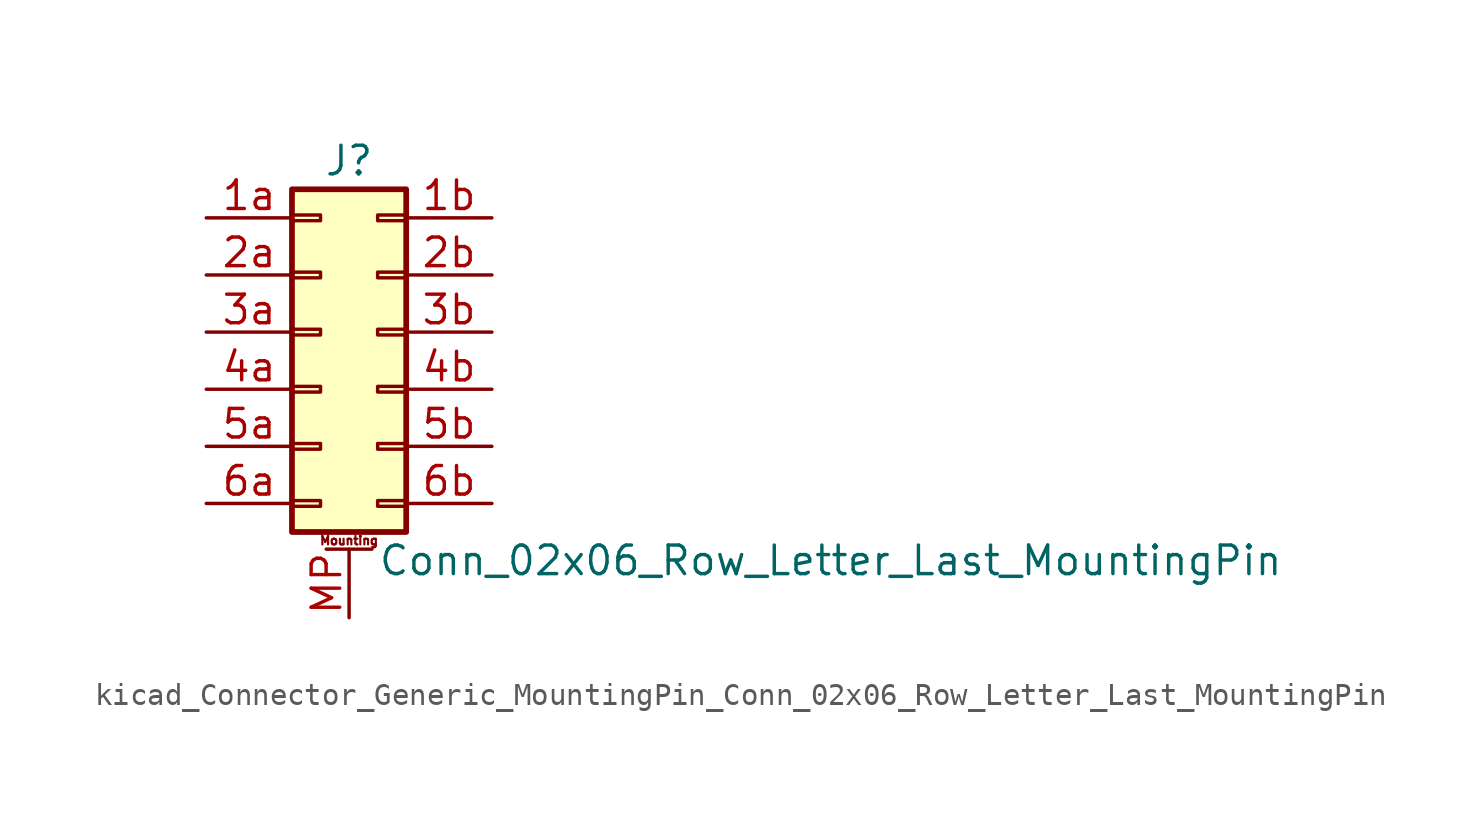
<source format=kicad_sym>
(kicad_symbol_lib
  (version 20220914)
  (generator kicad_symbol_editor)
  (symbol "kicad_Connector_Generic_MountingPin_Conn_02x06_Row_Letter_Last_MountingPin"
    (pin_names
      (offset 1.016) hide)
    (property "Reference" "J"
      (at 1.27 7.62 0)
      (effects (font (size 1.27 1.27))))
    (property "Value" "Conn_02x06_Row_Letter_Last_MountingPin"
      (at 2.54 -10.16 0)
      (effects (font (size 1.27 1.27)) (justify left)))
    (symbol "kicad_Connector_Generic_MountingPin_Conn_02x06_Row_Letter_Last_MountingPin_1_1"
      (rectangle (start -1.27 -7.493) (end 0 -7.747) (stroke (width 0.152) (type default)) (fill (type none)))
      (rectangle (start -1.27 -4.953) (end 0 -5.207) (stroke (width 0.152) (type default)) (fill (type none)))
      (rectangle (start -1.27 -2.413) (end 0 -2.667) (stroke (width 0.152) (type default)) (fill (type none)))
      (rectangle (start -1.27 0.127) (end 0 -0.127) (stroke (width 0.152) (type default)) (fill (type none)))
      (rectangle (start -1.27 2.667) (end 0 2.413) (stroke (width 0.152) (type default)) (fill (type none)))
      (rectangle (start -1.27 5.207) (end 0 4.953) (stroke (width 0.152) (type default)) (fill (type none)))
      (rectangle (start -1.27 6.35) (end 3.81 -8.89) (stroke (width 0.254) (type default)) (fill (type background)))
      (polyline (pts (xy 0.254 -9.652) (xy 2.286 -9.652)) (stroke (width 0.152) (type default)) (fill (type none)))
      (rectangle (start 3.81 -7.493) (end 2.54 -7.747) (stroke (width 0.152) (type default)) (fill (type none)))
      (rectangle (start 3.81 -4.953) (end 2.54 -5.207) (stroke (width 0.152) (type default)) (fill (type none)))
      (rectangle (start 3.81 -2.413) (end 2.54 -2.667) (stroke (width 0.152) (type default)) (fill (type none)))
      (rectangle (start 3.81 0.127) (end 2.54 -0.127) (stroke (width 0.152) (type default)) (fill (type none)))
      (rectangle (start 3.81 2.667) (end 2.54 2.413) (stroke (width 0.152) (type default)) (fill (type none)))
      (rectangle (start 3.81 5.207) (end 2.54 4.953) (stroke (width 0.152) (type default)) (fill (type none)))
      (text "Mounting" (at 1.27 -9.271 0) (effects (font (size 0.381 0.381))))
      (pin passive line (at -5.08 5.08 0) (length 3.81) (name "Pin_1a" (effects (font (size 1.27 1.27)))) (number "1a" (effects (font (size 1.27 1.27)))))
      (pin passive line (at 7.62 5.08 180) (length 3.81) (name "Pin_1b" (effects (font (size 1.27 1.27)))) (number "1b" (effects (font (size 1.27 1.27)))))
      (pin passive line (at -5.08 2.54 0) (length 3.81) (name "Pin_2a" (effects (font (size 1.27 1.27)))) (number "2a" (effects (font (size 1.27 1.27)))))
      (pin passive line (at 7.62 2.54 180) (length 3.81) (name "Pin_2b" (effects (font (size 1.27 1.27)))) (number "2b" (effects (font (size 1.27 1.27)))))
      (pin passive line (at -5.08 0 0) (length 3.81) (name "Pin_3a" (effects (font (size 1.27 1.27)))) (number "3a" (effects (font (size 1.27 1.27)))))
      (pin passive line (at 7.62 0 180) (length 3.81) (name "Pin_3b" (effects (font (size 1.27 1.27)))) (number "3b" (effects (font (size 1.27 1.27)))))
      (pin passive line (at -5.08 -2.54 0) (length 3.81) (name "Pin_4a" (effects (font (size 1.27 1.27)))) (number "4a" (effects (font (size 1.27 1.27)))))
      (pin passive line (at 7.62 -2.54 180) (length 3.81) (name "Pin_4b" (effects (font (size 1.27 1.27)))) (number "4b" (effects (font (size 1.27 1.27)))))
      (pin passive line (at -5.08 -5.08 0) (length 3.81) (name "Pin_5a" (effects (font (size 1.27 1.27)))) (number "5a" (effects (font (size 1.27 1.27)))))
      (pin passive line (at 7.62 -5.08 180) (length 3.81) (name "Pin_5b" (effects (font (size 1.27 1.27)))) (number "5b" (effects (font (size 1.27 1.27)))))
      (pin passive line (at -5.08 -7.62 0) (length 3.81) (name "Pin_6a" (effects (font (size 1.27 1.27)))) (number "6a" (effects (font (size 1.27 1.27)))))
      (pin passive line (at 7.62 -7.62 180) (length 3.81) (name "Pin_6b" (effects (font (size 1.27 1.27)))) (number "6b" (effects (font (size 1.27 1.27)))))
      (pin passive line (at 1.27 -12.7 90) (length 3.048) (name "MountPin" (effects (font (size 1.27 1.27)))) (number "MP" (effects (font (size 1.27 1.27))))))))
</source>
